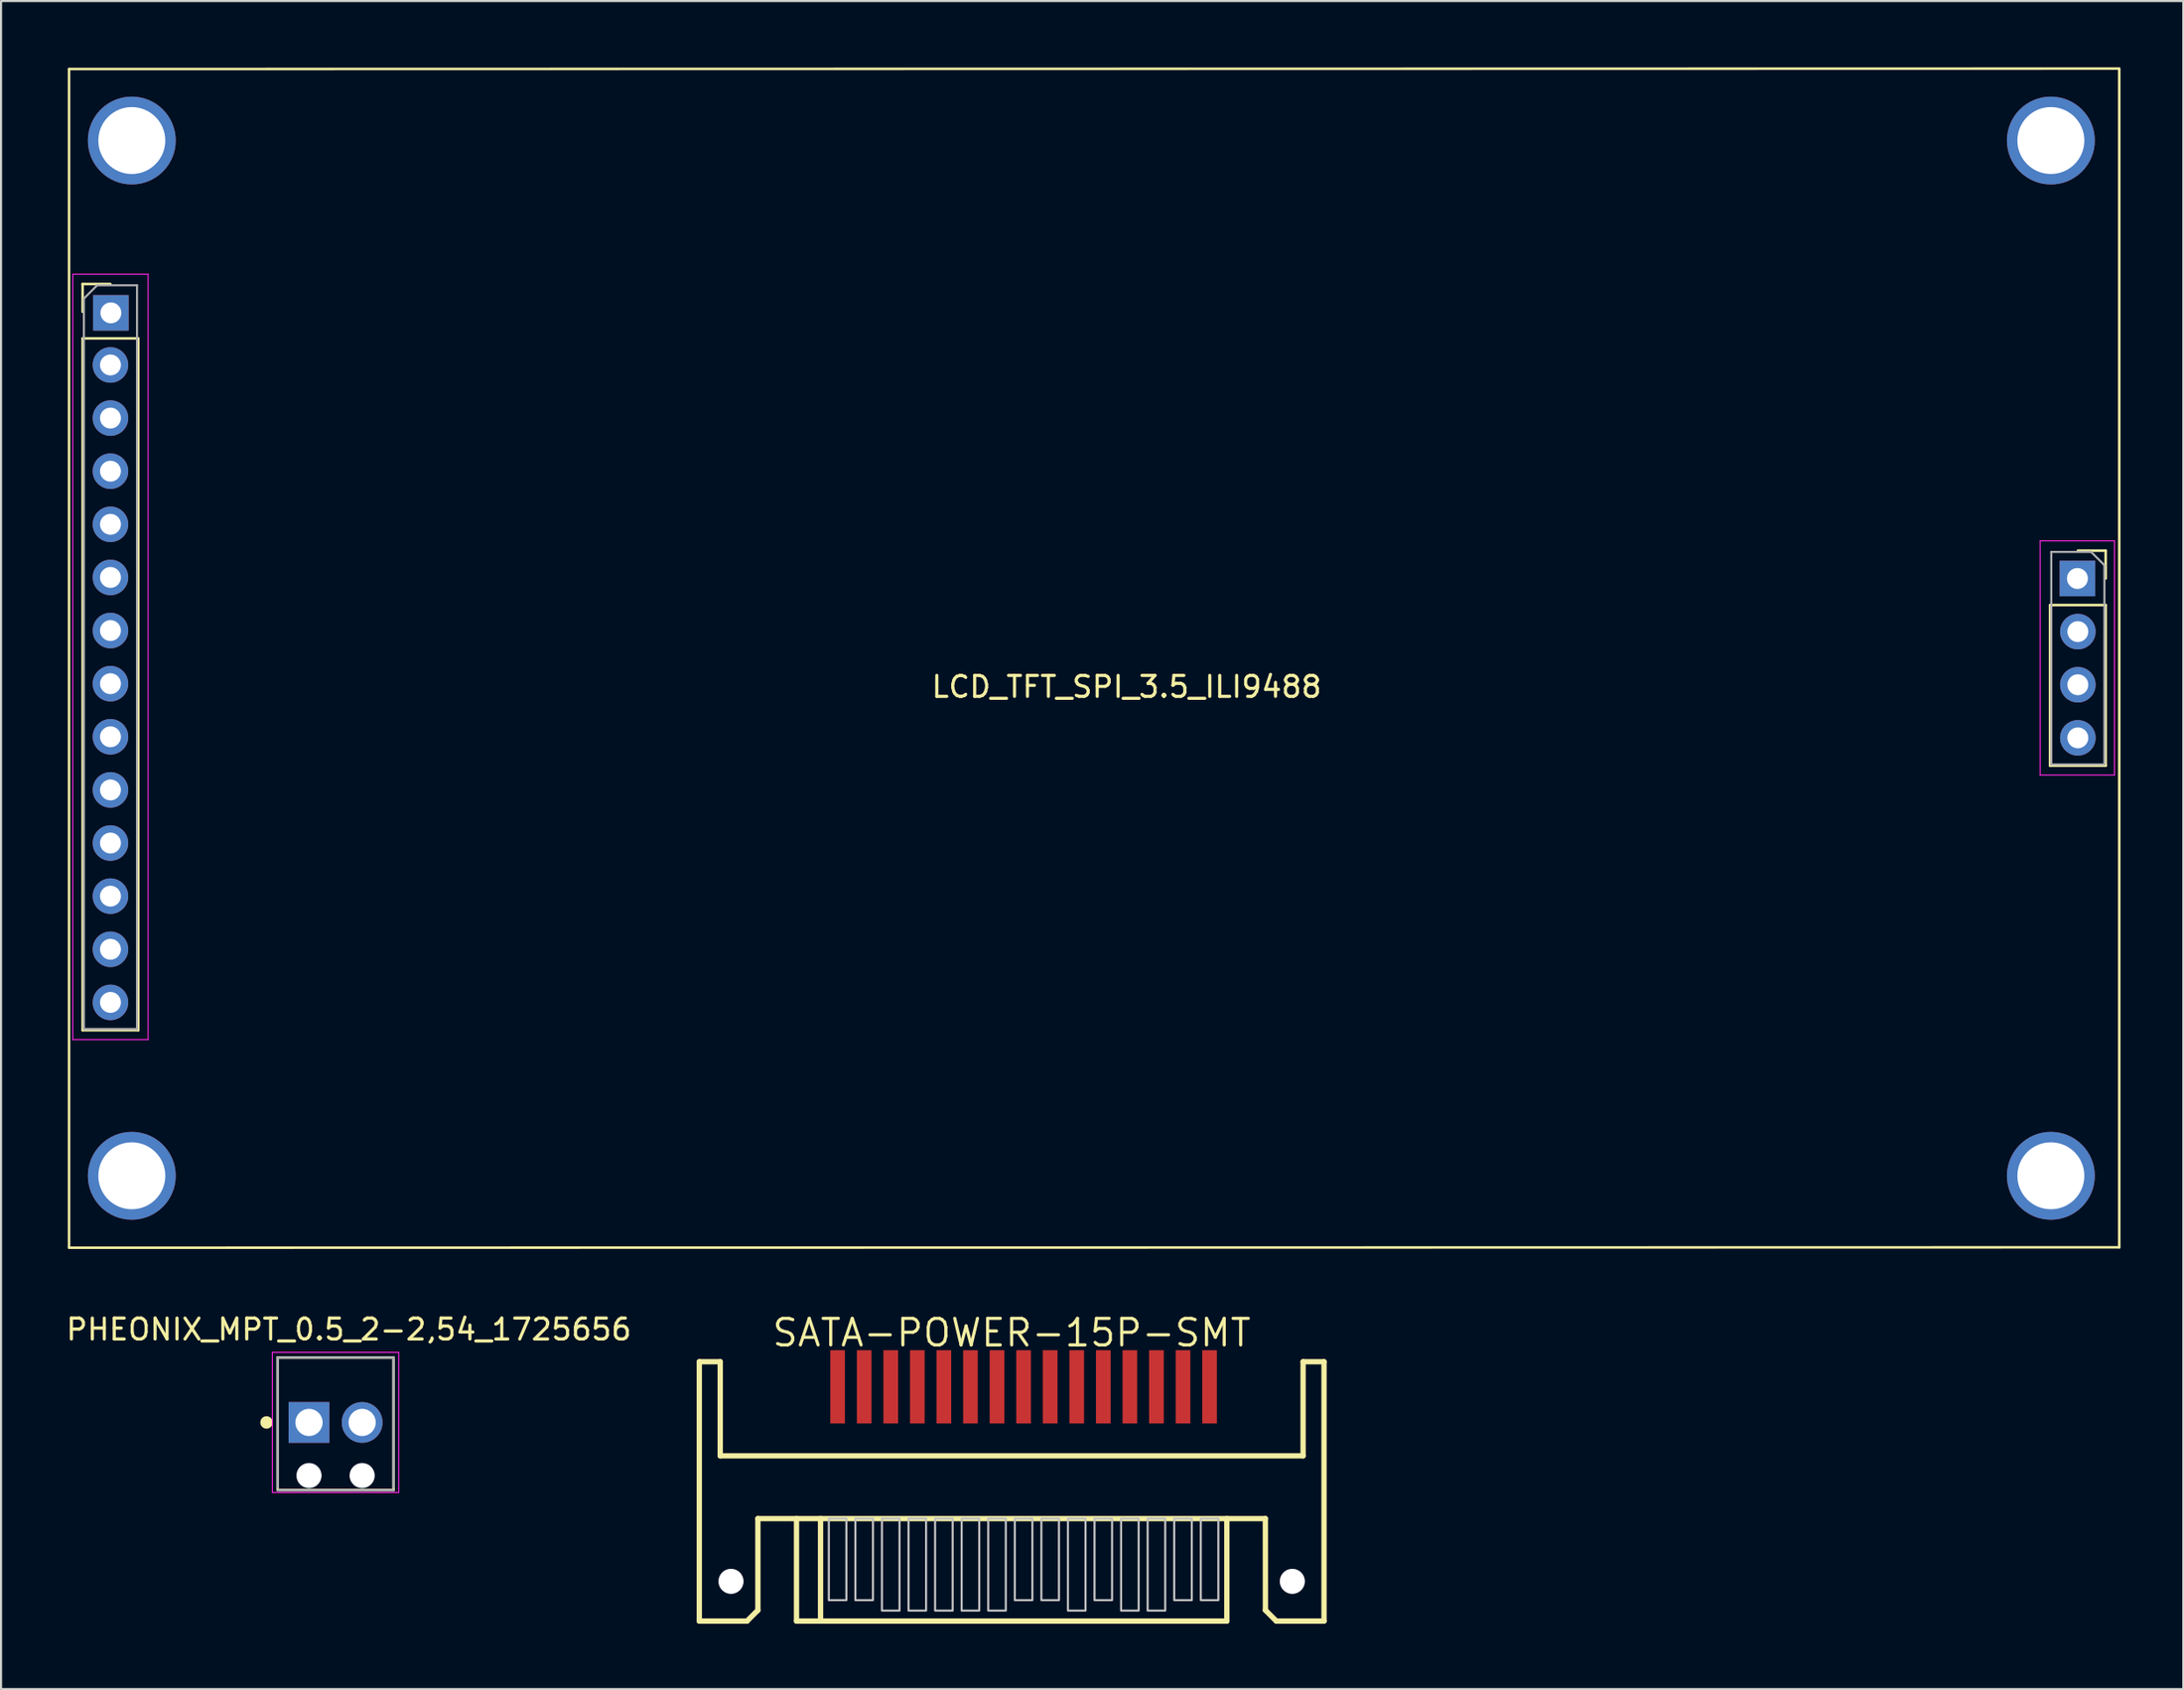
<source format=kicad_pcb>
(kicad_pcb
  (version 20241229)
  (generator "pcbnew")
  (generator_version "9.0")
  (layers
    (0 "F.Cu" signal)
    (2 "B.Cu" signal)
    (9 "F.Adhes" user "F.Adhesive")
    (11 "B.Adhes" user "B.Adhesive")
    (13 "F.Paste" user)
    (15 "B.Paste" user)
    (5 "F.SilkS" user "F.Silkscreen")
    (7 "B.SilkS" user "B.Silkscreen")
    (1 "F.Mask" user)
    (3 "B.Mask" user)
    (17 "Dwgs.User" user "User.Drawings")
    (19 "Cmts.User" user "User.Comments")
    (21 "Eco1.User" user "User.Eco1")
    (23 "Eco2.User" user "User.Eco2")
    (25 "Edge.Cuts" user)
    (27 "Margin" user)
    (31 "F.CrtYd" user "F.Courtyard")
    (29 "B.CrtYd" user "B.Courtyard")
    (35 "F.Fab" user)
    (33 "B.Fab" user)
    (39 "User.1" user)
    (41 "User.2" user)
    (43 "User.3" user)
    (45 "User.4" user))
  (footprint "SATA-POWER-15P-SMT"
    (layer "F.Cu")
    (at 45.307 74.461)
    (property "Reference" "SATA-POWER-15P-SMT" (at 0 -13.785 0) (layer "F.SilkS") (effects (font (size 1.27 1.27) (thickness 0.15))))
    (fp_line (start -14.93 -12.4) (end -13.93 -12.4) (stroke (width 0.254) (type default)) (layer "F.SilkS"))
    (fp_line (start -14.93 0) (end -14.93 -12.4) (stroke (width 0.254) (type default)) (layer "F.SilkS"))
    (fp_line (start -14.93 0) (end -12.65 0) (stroke (width 0.254) (type default)) (layer "F.SilkS"))
    (fp_line (start -13.93 -12.4) (end -13.93 -7.9) (stroke (width 0.254) (type default)) (layer "F.SilkS"))
    (fp_line (start -13.93 -7.9) (end 13.93 -7.9) (stroke (width 0.254) (type default)) (layer "F.SilkS"))
    (fp_line (start -12.65 0) (end -12.13 -0.52) (stroke (width 0.254) (type default)) (layer "F.SilkS"))
    (fp_line (start -12.13 -4.9) (end 12.13 -4.9) (stroke (width 0.254) (type default)) (layer "F.SilkS"))
    (fp_line (start -12.13 -0.52) (end -12.13 -4.9) (stroke (width 0.254) (type default)) (layer "F.SilkS"))
    (fp_line (start -10.285 0) (end -10.285 -4.9) (stroke (width 0.254) (type default)) (layer "F.SilkS"))
    (fp_line (start -10.285 0) (end 10.285 0) (stroke (width 0.254) (type default)) (layer "F.SilkS"))
    (fp_line (start -9.135 0) (end -9.135 -4.9) (stroke (width 0.254) (type default)) (layer "F.SilkS"))
    (fp_line (start 10.285 0) (end 10.285 -4.9) (stroke (width 0.254) (type default)) (layer "F.SilkS"))
    (fp_line (start 12.13 -0.52) (end 12.127 -4.9) (stroke (width 0.254) (type default)) (layer "F.SilkS"))
    (fp_line (start 12.65 0) (end 12.13 -0.52) (stroke (width 0.254) (type default)) (layer "F.SilkS"))
    (fp_line (start 13.93 -12.4) (end 13.93 -7.9) (stroke (width 0.254) (type default)) (layer "F.SilkS"))
    (fp_line (start 14.93 -12.4) (end 13.93 -12.4) (stroke (width 0.254) (type default)) (layer "F.SilkS"))
    (fp_line (start 14.93 0) (end 12.65 0) (stroke (width 0.254) (type default)) (layer "F.SilkS"))
    (fp_line (start 14.93 0) (end 14.93 -12.4) (stroke (width 0.254) (type default)) (layer "F.SilkS"))
    (fp_rect (start -8.74 -4.9) (end -7.9 -1) (stroke (width 0.1) (type default)) (fill no) (layer "Dwgs.User"))
    (fp_rect (start -7.47 -4.9) (end -6.63 -1) (stroke (width 0.1) (type default)) (fill no) (layer "Dwgs.User"))
    (fp_rect (start -6.2 -4.9) (end -5.36 -0.5) (stroke (width 0.1) (type default)) (fill no) (layer "Dwgs.User"))
    (fp_rect (start -4.93 -4.9) (end -4.09 -0.5) (stroke (width 0.1) (type default)) (fill no) (layer "Dwgs.User"))
    (fp_rect (start -3.66 -4.9) (end -2.82 -0.5) (stroke (width 0.1) (type default)) (fill no) (layer "Dwgs.User"))
    (fp_rect (start -2.39 -4.9) (end -1.55 -0.5) (stroke (width 0.1) (type default)) (fill no) (layer "Dwgs.User"))
    (fp_rect (start -1.12 -4.9) (end -0.28 -0.5) (stroke (width 0.1) (type default)) (fill no) (layer "Dwgs.User"))
    (fp_rect (start 0.15 -4.9) (end 0.99 -1) (stroke (width 0.1) (type default)) (fill no) (layer "Dwgs.User"))
    (fp_rect (start 1.42 -4.9) (end 2.26 -1) (stroke (width 0.1) (type default)) (fill no) (layer "Dwgs.User"))
    (fp_rect (start 2.69 -4.9) (end 3.53 -0.5) (stroke (width 0.1) (type default)) (fill no) (layer "Dwgs.User"))
    (fp_rect (start 3.96 -4.9) (end 4.8 -1) (stroke (width 0.1) (type default)) (fill no) (layer "Dwgs.User"))
    (fp_rect (start 5.23 -4.9) (end 6.07 -0.5) (stroke (width 0.1) (type default)) (fill no) (layer "Dwgs.User"))
    (fp_rect (start 6.5 -4.9) (end 7.34 -0.5) (stroke (width 0.1) (type default)) (fill no) (layer "Dwgs.User"))
    (fp_rect (start 7.77 -4.9) (end 8.61 -1) (stroke (width 0.1) (type default)) (fill no) (layer "Dwgs.User"))
    (fp_rect (start 9.04 -4.9) (end 9.88 -1) (stroke (width 0.1) (type default)) (fill no) (layer "Dwgs.User"))
    (pad "" np_thru_hole circle (at -13.415 -1.9) (size 1.2 1.2) (drill 1.2) (layers "*.Cu" "*.Mask"))
    (pad "" np_thru_hole circle (at 13.415 -1.9) (size 1.2 1.2) (drill 1.2) (layers "*.Cu" "*.Mask"))
    (pad "1" smd rect (at -8.32 -11.2) (size 0.7 3.5) (layers "F.Cu" "F.Mask" "F.Paste"))
    (pad "2" smd rect (at -7.05 -11.2) (size 0.7 3.5) (layers "F.Cu" "F.Mask" "F.Paste"))
    (pad "3" smd rect (at -5.78 -11.2) (size 0.7 3.5) (layers "F.Cu" "F.Mask" "F.Paste"))
    (pad "4" smd rect (at -4.51 -11.2) (size 0.7 3.5) (layers "F.Cu" "F.Mask" "F.Paste"))
    (pad "5" smd rect (at -3.24 -11.2) (size 0.7 3.5) (layers "F.Cu" "F.Mask" "F.Paste"))
    (pad "6" smd rect (at -1.97 -11.2) (size 0.7 3.5) (layers "F.Cu" "F.Mask" "F.Paste"))
    (pad "7" smd rect (at -0.7 -11.2) (size 0.7 3.5) (layers "F.Cu" "F.Mask" "F.Paste"))
    (pad "8" smd rect (at 0.57 -11.2) (size 0.7 3.5) (layers "F.Cu" "F.Mask" "F.Paste"))
    (pad "9" smd rect (at 1.84 -11.2) (size 0.7 3.5) (layers "F.Cu" "F.Mask" "F.Paste"))
    (pad "10" smd rect (at 3.11 -11.2) (size 0.7 3.5) (layers "F.Cu" "F.Mask" "F.Paste"))
    (pad "11" smd rect (at 4.38 -11.2) (size 0.7 3.5) (layers "F.Cu" "F.Mask" "F.Paste"))
    (pad "12" smd rect (at 5.65 -11.2) (size 0.7 3.5) (layers "F.Cu" "F.Mask" "F.Paste"))
    (pad "13" smd rect (at 6.92 -11.2) (size 0.7 3.5) (layers "F.Cu" "F.Mask" "F.Paste"))
    (pad "14" smd rect (at 8.19 -11.2) (size 0.7 3.5) (layers "F.Cu" "F.Mask" "F.Paste"))
    (pad "15" smd rect (at 9.46 -11.2) (size 0.7 3.5) (layers "F.Cu" "F.Mask" "F.Paste")))
  (footprint "LCD_TFT_SPI_3.5_ILI9488"
    (layer "F.Cu")
    (at 0.25 0.25)
    (property "Reference" "LCD_TFT_SPI_3.5_ILI9488" (at 50.55 29.54 0) (layer "F.SilkS") (effects (font (size 1 1) (thickness 0.15))))
    (attr through_hole)
    (fp_line (start 0 0) (end 0 56.34) (stroke (width 0.12) (type solid)) (layer "F.SilkS"))
    (fp_line (start 0 0) (end 98 -0.02) (stroke (width 0.12) (type solid)) (layer "F.SilkS"))
    (fp_line (start 0 56.36) (end 98 56.34) (stroke (width 0.12) (type solid)) (layer "F.SilkS"))
    (fp_line (start 0.65 10.28) (end 1.98 10.28) (stroke (width 0.12) (type solid)) (layer "F.SilkS"))
    (fp_line (start 0.65 11.61) (end 0.65 10.28) (stroke (width 0.12) (type solid)) (layer "F.SilkS"))
    (fp_line (start 0.65 12.88) (end 0.65 45.96) (stroke (width 0.12) (type solid)) (layer "F.SilkS"))
    (fp_line (start 0.65 12.88) (end 3.31 12.88) (stroke (width 0.12) (type solid)) (layer "F.SilkS"))
    (fp_line (start 0.65 45.96) (end 3.31 45.96) (stroke (width 0.12) (type solid)) (layer "F.SilkS"))
    (fp_line (start 3.31 12.88) (end 3.31 45.96) (stroke (width 0.12) (type solid)) (layer "F.SilkS"))
    (fp_line (start 94.69 25.63) (end 94.69 33.31) (stroke (width 0.12) (type solid)) (layer "F.SilkS"))
    (fp_line (start 94.69 25.63) (end 97.35 25.63) (stroke (width 0.12) (type solid)) (layer "F.SilkS"))
    (fp_line (start 94.69 33.31) (end 97.35 33.31) (stroke (width 0.12) (type solid)) (layer "F.SilkS"))
    (fp_line (start 96.02 23.03) (end 97.35 23.03) (stroke (width 0.12) (type solid)) (layer "F.SilkS"))
    (fp_line (start 97.35 23.03) (end 97.35 24.36) (stroke (width 0.12) (type solid)) (layer "F.SilkS"))
    (fp_line (start 97.35 25.63) (end 97.35 33.31) (stroke (width 0.12) (type solid)) (layer "F.SilkS"))
    (fp_line (start 98 0) (end 98 56.34) (stroke (width 0.12) (type solid)) (layer "F.SilkS"))
    (fp_line (start 0.18 9.81) (end 0.18 46.41) (stroke (width 0.05) (type solid)) (layer "F.CrtYd"))
    (fp_line (start 0.18 46.41) (end 3.78 46.41) (stroke (width 0.05) (type solid)) (layer "F.CrtYd"))
    (fp_line (start 3.78 9.81) (end 0.18 9.81) (stroke (width 0.05) (type solid)) (layer "F.CrtYd"))
    (fp_line (start 3.78 46.41) (end 3.78 9.81) (stroke (width 0.05) (type solid)) (layer "F.CrtYd"))
    (fp_line (start 94.22 22.56) (end 97.77 22.56) (stroke (width 0.05) (type solid)) (layer "F.CrtYd"))
    (fp_line (start 94.22 33.76) (end 94.22 22.56) (stroke (width 0.05) (type solid)) (layer "F.CrtYd"))
    (fp_line (start 97.77 22.56) (end 97.77 33.76) (stroke (width 0.05) (type solid)) (layer "F.CrtYd"))
    (fp_line (start 97.77 33.76) (end 94.22 33.76) (stroke (width 0.05) (type solid)) (layer "F.CrtYd"))
    (fp_line (start 0.71 10.975) (end 1.345 10.34) (stroke (width 0.1) (type solid)) (layer "F.Fab"))
    (fp_line (start 0.71 45.9) (end 0.71 10.975) (stroke (width 0.1) (type solid)) (layer "F.Fab"))
    (fp_line (start 1.345 10.34) (end 3.25 10.34) (stroke (width 0.1) (type solid)) (layer "F.Fab"))
    (fp_line (start 3.25 10.34) (end 3.25 45.9) (stroke (width 0.1) (type solid)) (layer "F.Fab"))
    (fp_line (start 3.25 45.9) (end 0.71 45.9) (stroke (width 0.1) (type solid)) (layer "F.Fab"))
    (fp_line (start 94.75 23.09) (end 96.655 23.09) (stroke (width 0.1) (type solid)) (layer "F.Fab"))
    (fp_line (start 94.75 33.25) (end 94.75 23.09) (stroke (width 0.1) (type solid)) (layer "F.Fab"))
    (fp_line (start 96.655 23.09) (end 97.29 23.725) (stroke (width 0.1) (type solid)) (layer "F.Fab"))
    (fp_line (start 97.29 23.725) (end 97.29 33.25) (stroke (width 0.1) (type solid)) (layer "F.Fab"))
    (fp_line (start 97.29 33.25) (end 94.75 33.25) (stroke (width 0.1) (type solid)) (layer "F.Fab"))
    (pad "" np_thru_hole circle (at 3 3.42) (size 4.2 4.2) (drill 3.2) (layers "*.Cu" "*.Mask"))
    (pad "" np_thru_hole circle (at 3 52.92) (size 4.2 4.2) (drill 3.2) (layers "*.Cu" "*.Mask"))
    (pad "" np_thru_hole circle (at 94.73 3.42) (size 4.2 4.2) (drill 3.2) (layers "*.Cu" "*.Mask"))
    (pad "" np_thru_hole circle (at 94.73 52.92) (size 4.2 4.2) (drill 3.2) (layers "*.Cu" "*.Mask"))
    (pad "1" thru_hole rect (at 2 11.66) (size 1.7 1.7) (drill 1) (layers "*.Cu" "*.Mask"))
    (pad "2" thru_hole oval (at 1.98 14.15) (size 1.7 1.7) (drill 1) (layers "*.Cu" "*.Mask"))
    (pad "3" thru_hole oval (at 1.98 16.69) (size 1.7 1.7) (drill 1) (layers "*.Cu" "*.Mask"))
    (pad "4" thru_hole oval (at 1.98 19.23) (size 1.7 1.7) (drill 1) (layers "*.Cu" "*.Mask"))
    (pad "5" thru_hole oval (at 1.98 21.77) (size 1.7 1.7) (drill 1) (layers "*.Cu" "*.Mask"))
    (pad "6" thru_hole oval (at 1.98 24.31) (size 1.7 1.7) (drill 1) (layers "*.Cu" "*.Mask"))
    (pad "7" thru_hole oval (at 1.98 26.85) (size 1.7 1.7) (drill 1) (layers "*.Cu" "*.Mask"))
    (pad "8" thru_hole oval (at 1.98 29.39) (size 1.7 1.7) (drill 1) (layers "*.Cu" "*.Mask"))
    (pad "9" thru_hole oval (at 1.98 31.93) (size 1.7 1.7) (drill 1) (layers "*.Cu" "*.Mask"))
    (pad "10" thru_hole oval (at 1.98 34.47) (size 1.7 1.7) (drill 1) (layers "*.Cu" "*.Mask"))
    (pad "11" thru_hole oval (at 1.98 37.01) (size 1.7 1.7) (drill 1) (layers "*.Cu" "*.Mask"))
    (pad "12" thru_hole oval (at 1.98 39.55) (size 1.7 1.7) (drill 1) (layers "*.Cu" "*.Mask"))
    (pad "13" thru_hole oval (at 1.98 42.09) (size 1.7 1.7) (drill 1) (layers "*.Cu" "*.Mask"))
    (pad "14" thru_hole oval (at 1.98 44.63) (size 1.7 1.7) (drill 1) (layers "*.Cu" "*.Mask"))
    (pad "15" thru_hole rect (at 96 24.36) (size 1.7 1.7) (drill 1) (layers "*.Cu" "*.Mask"))
    (pad "16" thru_hole oval (at 96.02 26.9) (size 1.7 1.7) (drill 1) (layers "*.Cu" "*.Mask"))
    (pad "17" thru_hole oval (at 96.02 29.44) (size 1.7 1.7) (drill 1) (layers "*.Cu" "*.Mask"))
    (pad "18" thru_hole oval (at 96.02 31.98) (size 1.7 1.7) (drill 1) (layers "*.Cu" "*.Mask")))
  (footprint "PHEONIX_MPT_0.5_2-2,54_1725656"
    (layer "F.Cu")
    (at 12.99 64.963)
    (property "Reference" "PHEONIX_MPT_0.5_2-2,54_1725656" (at 0.635 -4.445 0) (layer "F.SilkS") (effects (font (size 1 1) (thickness 0.15))))
    (attr through_hole)
    (fp_line (start -2.77 -3.1) (end 2.77 -3.1) (stroke (width 0.127) (type solid)) (layer "F.SilkS"))
    (fp_line (start -2.77 3.19) (end -2.77 -3.1) (stroke (width 0.127) (type solid)) (layer "F.SilkS"))
    (fp_line (start 2.77 -3.1) (end 2.77 3.24) (stroke (width 0.127) (type solid)) (layer "F.SilkS"))
    (fp_line (start 2.77 3.23) (end -2.77 3.23) (stroke (width 0.127) (type solid)) (layer "F.SilkS"))
    (fp_circle (center -3.3 0) (end -3.15 0) (stroke (width 0.3) (type solid)) (fill no) (layer "F.SilkS"))
    (fp_line (start -3.02 -3.35) (end 3.02 -3.35) (stroke (width 0.05) (type solid)) (layer "F.CrtYd"))
    (fp_line (start -3.02 3.35) (end -3.02 -3.35) (stroke (width 0.05) (type solid)) (layer "F.CrtYd"))
    (fp_line (start 3.02 -3.35) (end 3.02 3.35) (stroke (width 0.05) (type solid)) (layer "F.CrtYd"))
    (fp_line (start 3.02 3.35) (end -3.02 3.35) (stroke (width 0.05) (type solid)) (layer "F.CrtYd"))
    (fp_line (start -2.77 -3.1) (end 2.77 -3.1) (stroke (width 0.127) (type solid)) (layer "F.Fab"))
    (fp_line (start -2.77 3.1) (end -2.77 -3.1) (stroke (width 0.127) (type solid)) (layer "F.Fab"))
    (fp_line (start 2.77 -3.1) (end 2.77 3.1) (stroke (width 0.127) (type solid)) (layer "F.Fab"))
    (fp_line (start 2.77 3.24) (end -2.77 3.24) (stroke (width 0.127) (type solid)) (layer "F.Fab"))
    (pad "" np_thru_hole circle (at -1.27 2.54) (size 1.2 1.2) (drill 1.2) (layers "*.Cu" "*.Mask"))
    (pad "" np_thru_hole circle (at 1.27 2.54) (size 1.2 1.2) (drill 1.2) (layers "*.Cu" "*.Mask"))
    (pad "1" thru_hole rect (at -1.27 0) (size 1.95 1.95) (drill 1.3) (layers "*.Cu" "*.Mask"))
    (pad "2" thru_hole circle (at 1.27 0) (size 1.95 1.95) (drill 1.3) (layers "*.Cu" "*.Mask")))
  (gr_rect
    (start -3 -3)
    (end 101.31 77.711)
    (stroke (width 0.1) (type default))
    (fill no)
    (layer "Edge.Cuts")))
</source>
